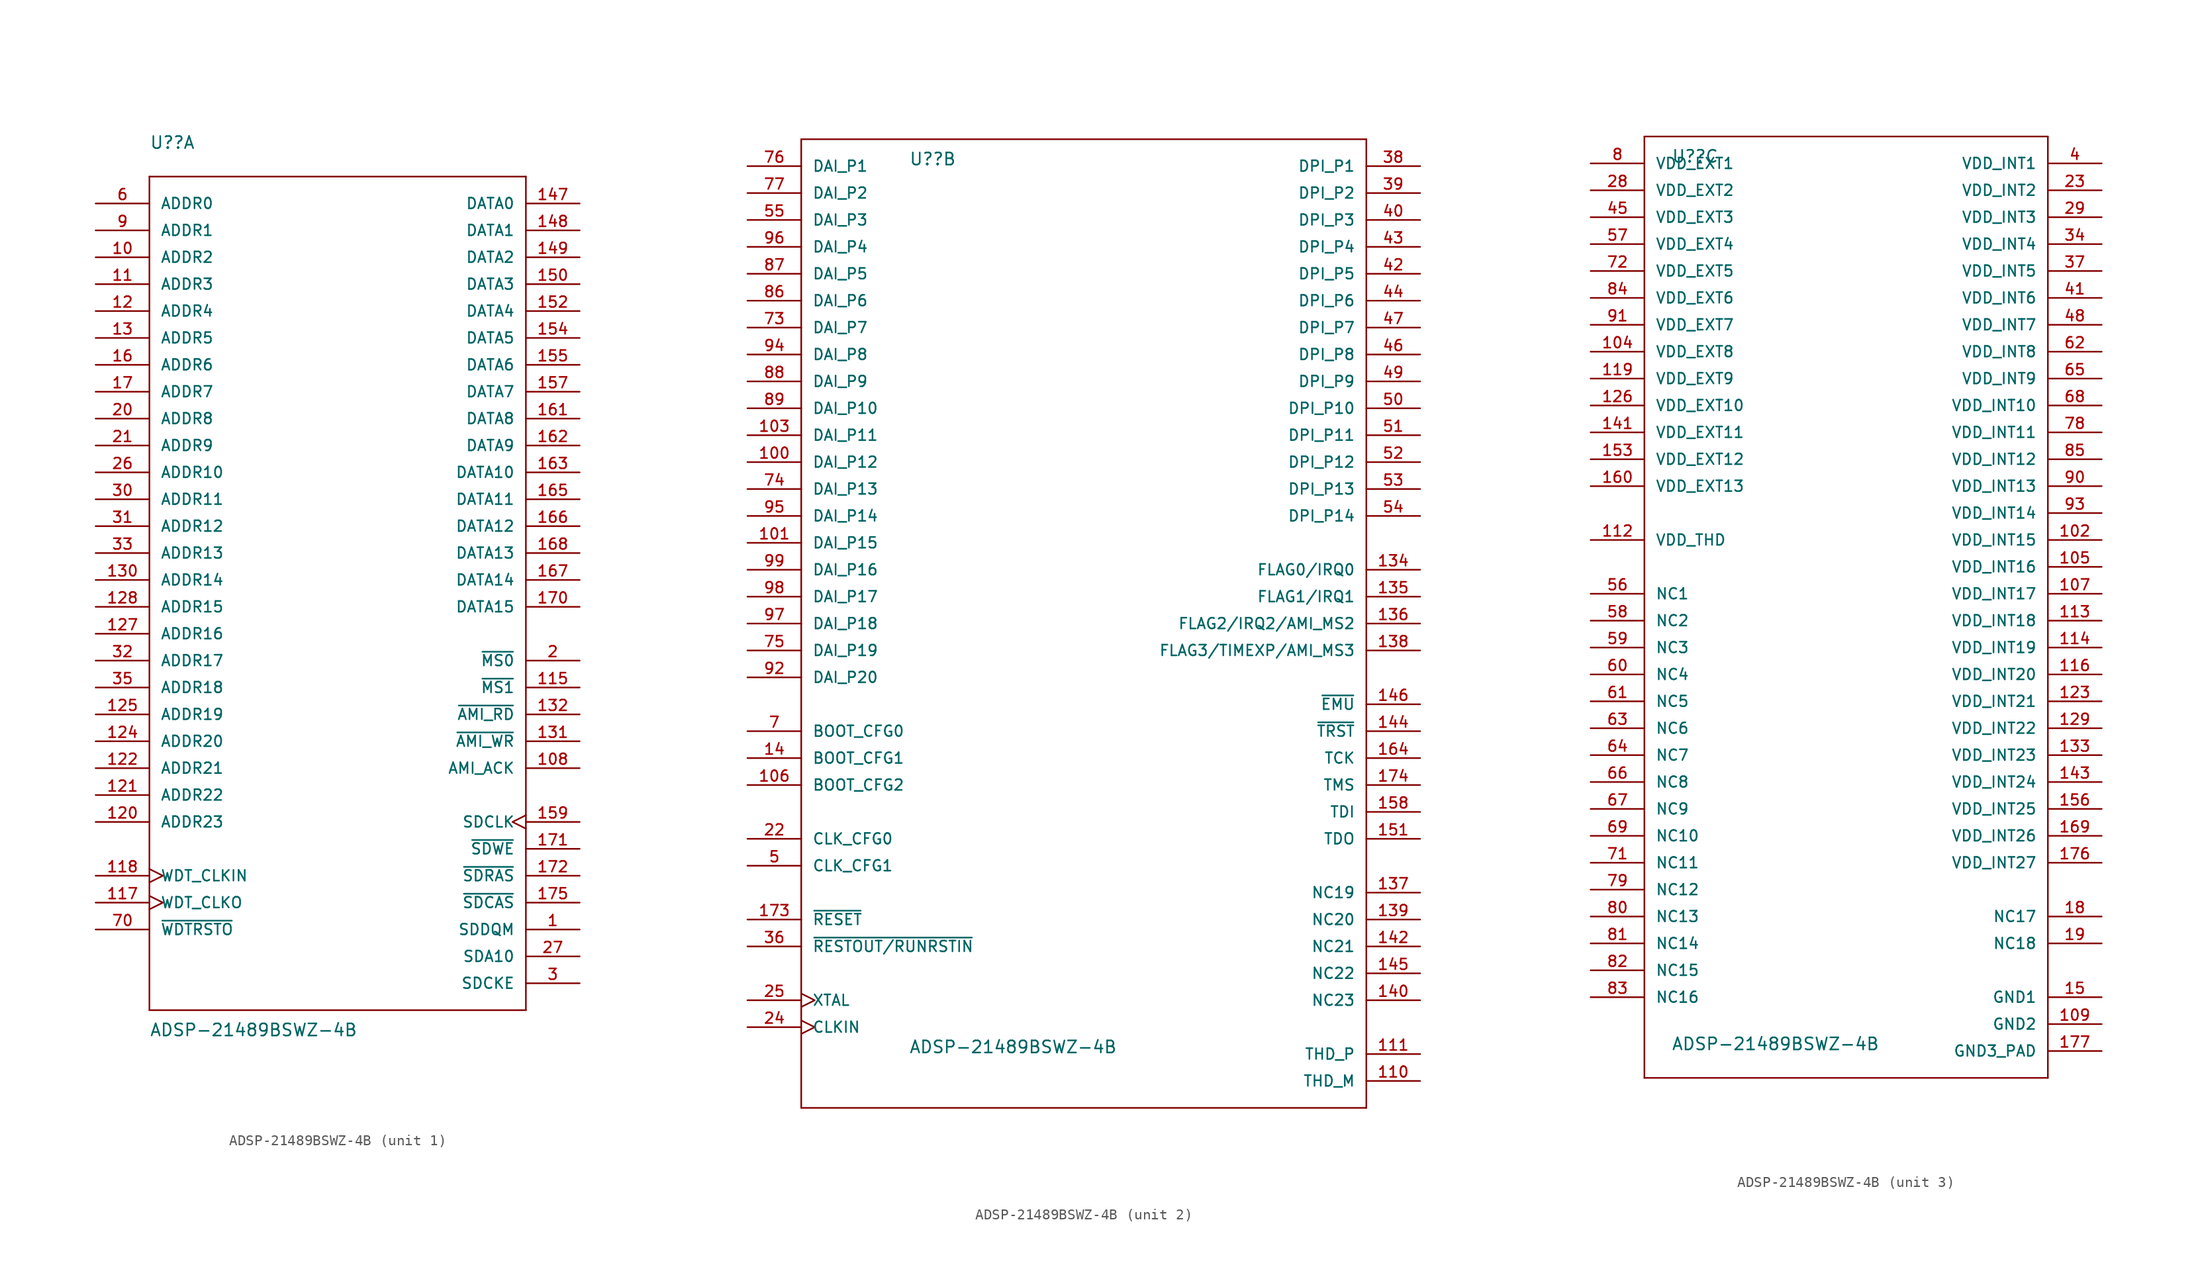
<source format=kicad_sym>
(kicad_symbol_lib
  (version 20211014)
  (generator kicad_symbol_editor)
  (symbol "ADSP-21489BSWZ-4B"
    (pin_names
      (offset 1.016))
    (property "Reference" "U?"
      (at -17.78 43.18 0)
      (effects (font (size 1.143 1.143)) (justify left bottom)))
    (property "Value" "ADSP-21489BSWZ-4B"
      (at -17.78 -40.64 0)
      (effects (font (size 1.143 1.143)) (justify left bottom)))
    (property "ki_locked" ""
      (at 0 0 0)
      (effects (font (size 1.27 1.27))))
    (symbol "ADSP-21489BSWZ-4B_1_0"
      (polyline (pts (xy -17.78 -38.1) (xy 17.78 -38.1)) (stroke (width 0) (type default) (color 0 0 0 0)) (fill (type none)))
      (polyline (pts (xy -17.78 40.64) (xy -17.78 -38.1)) (stroke (width 0) (type default) (color 0 0 0 0)) (fill (type none)))
      (polyline (pts (xy 17.78 -38.1) (xy 17.78 40.64)) (stroke (width 0) (type default) (color 0 0 0 0)) (fill (type none)))
      (polyline (pts (xy 17.78 40.64) (xy -17.78 40.64)) (stroke (width 0) (type default) (color 0 0 0 0)) (fill (type none))))
    (symbol "ADSP-21489BSWZ-4B_1_1"
      (pin bidirectional line (at 22.86 -30.48 180) (length 5.08) (name "SDDQM" (effects (font (size 1.016 1.016)))) (number "1" (effects (font (size 1.016 1.016)))))
      (pin bidirectional line (at -22.86 33.02 0) (length 5.08) (name "ADDR2" (effects (font (size 1.016 1.016)))) (number "10" (effects (font (size 1.016 1.016)))))
      (pin bidirectional line (at 22.86 -15.24 180) (length 5.08) (name "AMI_ACK" (effects (font (size 1.016 1.016)))) (number "108" (effects (font (size 1.016 1.016)))))
      (pin bidirectional line (at -22.86 30.48 0) (length 5.08) (name "ADDR3" (effects (font (size 1.016 1.016)))) (number "11" (effects (font (size 1.016 1.016)))))
      (pin bidirectional line (at 22.86 -7.62 180) (length 5.08) (name "~{MS1}" (effects (font (size 1.016 1.016)))) (number "115" (effects (font (size 1.016 1.016)))))
      (pin output clock (at -22.86 -27.94 0) (length 5.08) (name "WDT_CLKO" (effects (font (size 1.016 1.016)))) (number "117" (effects (font (size 1.016 1.016)))))
      (pin input clock (at -22.86 -25.4 0) (length 5.08) (name "WDT_CLKIN" (effects (font (size 1.016 1.016)))) (number "118" (effects (font (size 1.016 1.016)))))
      (pin bidirectional line (at -22.86 27.94 0) (length 5.08) (name "ADDR4" (effects (font (size 1.016 1.016)))) (number "12" (effects (font (size 1.016 1.016)))))
      (pin bidirectional line (at -22.86 -20.32 0) (length 5.08) (name "ADDR23" (effects (font (size 1.016 1.016)))) (number "120" (effects (font (size 1.016 1.016)))))
      (pin bidirectional line (at -22.86 -17.78 0) (length 5.08) (name "ADDR22" (effects (font (size 1.016 1.016)))) (number "121" (effects (font (size 1.016 1.016)))))
      (pin bidirectional line (at -22.86 -15.24 0) (length 5.08) (name "ADDR21" (effects (font (size 1.016 1.016)))) (number "122" (effects (font (size 1.016 1.016)))))
      (pin bidirectional line (at -22.86 -12.7 0) (length 5.08) (name "ADDR20" (effects (font (size 1.016 1.016)))) (number "124" (effects (font (size 1.016 1.016)))))
      (pin bidirectional line (at -22.86 -10.16 0) (length 5.08) (name "ADDR19" (effects (font (size 1.016 1.016)))) (number "125" (effects (font (size 1.016 1.016)))))
      (pin bidirectional line (at -22.86 -2.54 0) (length 5.08) (name "ADDR16" (effects (font (size 1.016 1.016)))) (number "127" (effects (font (size 1.016 1.016)))))
      (pin bidirectional line (at -22.86 0 0) (length 5.08) (name "ADDR15" (effects (font (size 1.016 1.016)))) (number "128" (effects (font (size 1.016 1.016)))))
      (pin bidirectional line (at -22.86 25.4 0) (length 5.08) (name "ADDR5" (effects (font (size 1.016 1.016)))) (number "13" (effects (font (size 1.016 1.016)))))
      (pin bidirectional line (at -22.86 2.54 0) (length 5.08) (name "ADDR14" (effects (font (size 1.016 1.016)))) (number "130" (effects (font (size 1.016 1.016)))))
      (pin bidirectional line (at 22.86 -12.7 180) (length 5.08) (name "~{AMI_WR}" (effects (font (size 1.016 1.016)))) (number "131" (effects (font (size 1.016 1.016)))))
      (pin bidirectional line (at 22.86 -10.16 180) (length 5.08) (name "~{AMI_RD}" (effects (font (size 1.016 1.016)))) (number "132" (effects (font (size 1.016 1.016)))))
      (pin bidirectional line (at 22.86 38.1 180) (length 5.08) (name "DATA0" (effects (font (size 1.016 1.016)))) (number "147" (effects (font (size 1.016 1.016)))))
      (pin bidirectional line (at 22.86 35.56 180) (length 5.08) (name "DATA1" (effects (font (size 1.016 1.016)))) (number "148" (effects (font (size 1.016 1.016)))))
      (pin bidirectional line (at 22.86 33.02 180) (length 5.08) (name "DATA2" (effects (font (size 1.016 1.016)))) (number "149" (effects (font (size 1.016 1.016)))))
      (pin bidirectional line (at 22.86 30.48 180) (length 5.08) (name "DATA3" (effects (font (size 1.016 1.016)))) (number "150" (effects (font (size 1.016 1.016)))))
      (pin bidirectional line (at 22.86 27.94 180) (length 5.08) (name "DATA4" (effects (font (size 1.016 1.016)))) (number "152" (effects (font (size 1.016 1.016)))))
      (pin bidirectional line (at 22.86 25.4 180) (length 5.08) (name "DATA5" (effects (font (size 1.016 1.016)))) (number "154" (effects (font (size 1.016 1.016)))))
      (pin bidirectional line (at 22.86 22.86 180) (length 5.08) (name "DATA6" (effects (font (size 1.016 1.016)))) (number "155" (effects (font (size 1.016 1.016)))))
      (pin bidirectional line (at 22.86 20.32 180) (length 5.08) (name "DATA7" (effects (font (size 1.016 1.016)))) (number "157" (effects (font (size 1.016 1.016)))))
      (pin bidirectional clock (at 22.86 -20.32 180) (length 5.08) (name "SDCLK" (effects (font (size 1.016 1.016)))) (number "159" (effects (font (size 1.016 1.016)))))
      (pin bidirectional line (at -22.86 22.86 0) (length 5.08) (name "ADDR6" (effects (font (size 1.016 1.016)))) (number "16" (effects (font (size 1.016 1.016)))))
      (pin bidirectional line (at 22.86 17.78 180) (length 5.08) (name "DATA8" (effects (font (size 1.016 1.016)))) (number "161" (effects (font (size 1.016 1.016)))))
      (pin bidirectional line (at 22.86 15.24 180) (length 5.08) (name "DATA9" (effects (font (size 1.016 1.016)))) (number "162" (effects (font (size 1.016 1.016)))))
      (pin bidirectional line (at 22.86 12.7 180) (length 5.08) (name "DATA10" (effects (font (size 1.016 1.016)))) (number "163" (effects (font (size 1.016 1.016)))))
      (pin bidirectional line (at 22.86 10.16 180) (length 5.08) (name "DATA11" (effects (font (size 1.016 1.016)))) (number "165" (effects (font (size 1.016 1.016)))))
      (pin bidirectional line (at 22.86 7.62 180) (length 5.08) (name "DATA12" (effects (font (size 1.016 1.016)))) (number "166" (effects (font (size 1.016 1.016)))))
      (pin bidirectional line (at 22.86 2.54 180) (length 5.08) (name "DATA14" (effects (font (size 1.016 1.016)))) (number "167" (effects (font (size 1.016 1.016)))))
      (pin bidirectional line (at 22.86 5.08 180) (length 5.08) (name "DATA13" (effects (font (size 1.016 1.016)))) (number "168" (effects (font (size 1.016 1.016)))))
      (pin bidirectional line (at -22.86 20.32 0) (length 5.08) (name "ADDR7" (effects (font (size 1.016 1.016)))) (number "17" (effects (font (size 1.016 1.016)))))
      (pin bidirectional line (at 22.86 0 180) (length 5.08) (name "DATA15" (effects (font (size 1.016 1.016)))) (number "170" (effects (font (size 1.016 1.016)))))
      (pin bidirectional line (at 22.86 -22.86 180) (length 5.08) (name "~{SDWE}" (effects (font (size 1.016 1.016)))) (number "171" (effects (font (size 1.016 1.016)))))
      (pin bidirectional line (at 22.86 -25.4 180) (length 5.08) (name "~{SDRAS}" (effects (font (size 1.016 1.016)))) (number "172" (effects (font (size 1.016 1.016)))))
      (pin bidirectional line (at 22.86 -27.94 180) (length 5.08) (name "~{SDCAS}" (effects (font (size 1.016 1.016)))) (number "175" (effects (font (size 1.016 1.016)))))
      (pin bidirectional line (at 22.86 -5.08 180) (length 5.08) (name "~{MS0}" (effects (font (size 1.016 1.016)))) (number "2" (effects (font (size 1.016 1.016)))))
      (pin bidirectional line (at -22.86 17.78 0) (length 5.08) (name "ADDR8" (effects (font (size 1.016 1.016)))) (number "20" (effects (font (size 1.016 1.016)))))
      (pin bidirectional line (at -22.86 15.24 0) (length 5.08) (name "ADDR9" (effects (font (size 1.016 1.016)))) (number "21" (effects (font (size 1.016 1.016)))))
      (pin bidirectional line (at -22.86 12.7 0) (length 5.08) (name "ADDR10" (effects (font (size 1.016 1.016)))) (number "26" (effects (font (size 1.016 1.016)))))
      (pin bidirectional line (at 22.86 -33.02 180) (length 5.08) (name "SDA10" (effects (font (size 1.016 1.016)))) (number "27" (effects (font (size 1.016 1.016)))))
      (pin bidirectional line (at 22.86 -35.56 180) (length 5.08) (name "SDCKE" (effects (font (size 1.016 1.016)))) (number "3" (effects (font (size 1.016 1.016)))))
      (pin bidirectional line (at -22.86 10.16 0) (length 5.08) (name "ADDR11" (effects (font (size 1.016 1.016)))) (number "30" (effects (font (size 1.016 1.016)))))
      (pin bidirectional line (at -22.86 7.62 0) (length 5.08) (name "ADDR12" (effects (font (size 1.016 1.016)))) (number "31" (effects (font (size 1.016 1.016)))))
      (pin bidirectional line (at -22.86 -5.08 0) (length 5.08) (name "ADDR17" (effects (font (size 1.016 1.016)))) (number "32" (effects (font (size 1.016 1.016)))))
      (pin bidirectional line (at -22.86 5.08 0) (length 5.08) (name "ADDR13" (effects (font (size 1.016 1.016)))) (number "33" (effects (font (size 1.016 1.016)))))
      (pin bidirectional line (at -22.86 -7.62 0) (length 5.08) (name "ADDR18" (effects (font (size 1.016 1.016)))) (number "35" (effects (font (size 1.016 1.016)))))
      (pin bidirectional line (at -22.86 38.1 0) (length 5.08) (name "ADDR0" (effects (font (size 1.016 1.016)))) (number "6" (effects (font (size 1.016 1.016)))))
      (pin output line (at -22.86 -30.48 0) (length 5.08) (name "~{WDTRSTO}" (effects (font (size 1.016 1.016)))) (number "70" (effects (font (size 1.016 1.016)))))
      (pin bidirectional line (at -22.86 35.56 0) (length 5.08) (name "ADDR1" (effects (font (size 1.016 1.016)))) (number "9" (effects (font (size 1.016 1.016))))))
    (symbol "ADSP-21489BSWZ-4B_2_0"
      (polyline (pts (xy -27.94 -45.72) (xy 25.4 -45.72)) (stroke (width 0) (type default) (color 0 0 0 0)) (fill (type none)))
      (polyline (pts (xy -27.94 45.72) (xy -27.94 -45.72)) (stroke (width 0) (type default) (color 0 0 0 0)) (fill (type none)))
      (polyline (pts (xy 25.4 -45.72) (xy 25.4 45.72)) (stroke (width 0) (type default) (color 0 0 0 0)) (fill (type none)))
      (polyline (pts (xy 25.4 45.72) (xy -27.94 45.72)) (stroke (width 0) (type default) (color 0 0 0 0)) (fill (type none))))
    (symbol "ADSP-21489BSWZ-4B_2_1"
      (pin bidirectional line (at -33.02 15.24 0) (length 5.08) (name "DAI_P12" (effects (font (size 1.016 1.016)))) (number "100" (effects (font (size 1.016 1.016)))))
      (pin bidirectional line (at -33.02 7.62 0) (length 5.08) (name "DAI_P15" (effects (font (size 1.016 1.016)))) (number "101" (effects (font (size 1.016 1.016)))))
      (pin bidirectional line (at -33.02 17.78 0) (length 5.08) (name "DAI_P11" (effects (font (size 1.016 1.016)))) (number "103" (effects (font (size 1.016 1.016)))))
      (pin input line (at -33.02 -15.24 0) (length 5.08) (name "BOOT_CFG2" (effects (font (size 1.016 1.016)))) (number "106" (effects (font (size 1.016 1.016)))))
      (pin bidirectional line (at 30.48 -43.18 180) (length 5.08) (name "THD_M" (effects (font (size 1.016 1.016)))) (number "110" (effects (font (size 1.016 1.016)))))
      (pin bidirectional line (at 30.48 -40.64 180) (length 5.08) (name "THD_P" (effects (font (size 1.016 1.016)))) (number "111" (effects (font (size 1.016 1.016)))))
      (pin bidirectional line (at 30.48 5.08 180) (length 5.08) (name "FLAG0/IRQ0" (effects (font (size 1.016 1.016)))) (number "134" (effects (font (size 1.016 1.016)))))
      (pin bidirectional line (at 30.48 2.54 180) (length 5.08) (name "FLAG1/IRQ1" (effects (font (size 1.016 1.016)))) (number "135" (effects (font (size 1.016 1.016)))))
      (pin bidirectional line (at 30.48 0 180) (length 5.08) (name "FLAG2/IRQ2/AMI_MS2" (effects (font (size 1.016 1.016)))) (number "136" (effects (font (size 1.016 1.016)))))
      (pin unspecified line (at 30.48 -25.4 180) (length 5.08) (name "NC19" (effects (font (size 1.016 1.016)))) (number "137" (effects (font (size 1.016 1.016)))))
      (pin bidirectional line (at 30.48 -2.54 180) (length 5.08) (name "FLAG3/TIMEXP/AMI_MS3" (effects (font (size 1.016 1.016)))) (number "138" (effects (font (size 1.016 1.016)))))
      (pin unspecified line (at 30.48 -27.94 180) (length 5.08) (name "NC20" (effects (font (size 1.016 1.016)))) (number "139" (effects (font (size 1.016 1.016)))))
      (pin input line (at -33.02 -12.7 0) (length 5.08) (name "BOOT_CFG1" (effects (font (size 1.016 1.016)))) (number "14" (effects (font (size 1.016 1.016)))))
      (pin unspecified line (at 30.48 -35.56 180) (length 5.08) (name "NC23" (effects (font (size 1.016 1.016)))) (number "140" (effects (font (size 1.016 1.016)))))
      (pin unspecified line (at 30.48 -30.48 180) (length 5.08) (name "NC21" (effects (font (size 1.016 1.016)))) (number "142" (effects (font (size 1.016 1.016)))))
      (pin bidirectional line (at 30.48 -10.16 180) (length 5.08) (name "~{TRST}" (effects (font (size 1.016 1.016)))) (number "144" (effects (font (size 1.016 1.016)))))
      (pin unspecified line (at 30.48 -33.02 180) (length 5.08) (name "NC22" (effects (font (size 1.016 1.016)))) (number "145" (effects (font (size 1.016 1.016)))))
      (pin bidirectional line (at 30.48 -7.62 180) (length 5.08) (name "~{EMU}" (effects (font (size 1.016 1.016)))) (number "146" (effects (font (size 1.016 1.016)))))
      (pin bidirectional line (at 30.48 -20.32 180) (length 5.08) (name "TDO" (effects (font (size 1.016 1.016)))) (number "151" (effects (font (size 1.016 1.016)))))
      (pin bidirectional line (at 30.48 -17.78 180) (length 5.08) (name "TDI" (effects (font (size 1.016 1.016)))) (number "158" (effects (font (size 1.016 1.016)))))
      (pin bidirectional line (at 30.48 -12.7 180) (length 5.08) (name "TCK" (effects (font (size 1.016 1.016)))) (number "164" (effects (font (size 1.016 1.016)))))
      (pin bidirectional line (at -33.02 -27.94 0) (length 5.08) (name "~{RESET}" (effects (font (size 1.016 1.016)))) (number "173" (effects (font (size 1.016 1.016)))))
      (pin bidirectional line (at 30.48 -15.24 180) (length 5.08) (name "TMS" (effects (font (size 1.016 1.016)))) (number "174" (effects (font (size 1.016 1.016)))))
      (pin input line (at -33.02 -20.32 0) (length 5.08) (name "CLK_CFG0" (effects (font (size 1.016 1.016)))) (number "22" (effects (font (size 1.016 1.016)))))
      (pin passive clock (at -33.02 -38.1 0) (length 5.08) (name "CLKIN" (effects (font (size 1.016 1.016)))) (number "24" (effects (font (size 1.016 1.016)))))
      (pin passive clock (at -33.02 -35.56 0) (length 5.08) (name "XTAL" (effects (font (size 1.016 1.016)))) (number "25" (effects (font (size 1.016 1.016)))))
      (pin bidirectional line (at -33.02 -30.48 0) (length 5.08) (name "~{RESTOUT/RUNRSTIN}" (effects (font (size 1.016 1.016)))) (number "36" (effects (font (size 1.016 1.016)))))
      (pin bidirectional line (at 30.48 43.18 180) (length 5.08) (name "DPI_P1" (effects (font (size 1.016 1.016)))) (number "38" (effects (font (size 1.016 1.016)))))
      (pin bidirectional line (at 30.48 40.64 180) (length 5.08) (name "DPI_P2" (effects (font (size 1.016 1.016)))) (number "39" (effects (font (size 1.016 1.016)))))
      (pin bidirectional line (at 30.48 38.1 180) (length 5.08) (name "DPI_P3" (effects (font (size 1.016 1.016)))) (number "40" (effects (font (size 1.016 1.016)))))
      (pin bidirectional line (at 30.48 33.02 180) (length 5.08) (name "DPI_P5" (effects (font (size 1.016 1.016)))) (number "42" (effects (font (size 1.016 1.016)))))
      (pin bidirectional line (at 30.48 35.56 180) (length 5.08) (name "DPI_P4" (effects (font (size 1.016 1.016)))) (number "43" (effects (font (size 1.016 1.016)))))
      (pin bidirectional line (at 30.48 30.48 180) (length 5.08) (name "DPI_P6" (effects (font (size 1.016 1.016)))) (number "44" (effects (font (size 1.016 1.016)))))
      (pin bidirectional line (at 30.48 25.4 180) (length 5.08) (name "DPI_P8" (effects (font (size 1.016 1.016)))) (number "46" (effects (font (size 1.016 1.016)))))
      (pin bidirectional line (at 30.48 27.94 180) (length 5.08) (name "DPI_P7" (effects (font (size 1.016 1.016)))) (number "47" (effects (font (size 1.016 1.016)))))
      (pin bidirectional line (at 30.48 22.86 180) (length 5.08) (name "DPI_P9" (effects (font (size 1.016 1.016)))) (number "49" (effects (font (size 1.016 1.016)))))
      (pin input line (at -33.02 -22.86 0) (length 5.08) (name "CLK_CFG1" (effects (font (size 1.016 1.016)))) (number "5" (effects (font (size 1.016 1.016)))))
      (pin bidirectional line (at 30.48 20.32 180) (length 5.08) (name "DPI_P10" (effects (font (size 1.016 1.016)))) (number "50" (effects (font (size 1.016 1.016)))))
      (pin bidirectional line (at 30.48 17.78 180) (length 5.08) (name "DPI_P11" (effects (font (size 1.016 1.016)))) (number "51" (effects (font (size 1.016 1.016)))))
      (pin bidirectional line (at 30.48 15.24 180) (length 5.08) (name "DPI_P12" (effects (font (size 1.016 1.016)))) (number "52" (effects (font (size 1.016 1.016)))))
      (pin bidirectional line (at 30.48 12.7 180) (length 5.08) (name "DPI_P13" (effects (font (size 1.016 1.016)))) (number "53" (effects (font (size 1.016 1.016)))))
      (pin bidirectional line (at 30.48 10.16 180) (length 5.08) (name "DPI_P14" (effects (font (size 1.016 1.016)))) (number "54" (effects (font (size 1.016 1.016)))))
      (pin bidirectional line (at -33.02 38.1 0) (length 5.08) (name "DAI_P3" (effects (font (size 1.016 1.016)))) (number "55" (effects (font (size 1.016 1.016)))))
      (pin input line (at -33.02 -10.16 0) (length 5.08) (name "BOOT_CFG0" (effects (font (size 1.016 1.016)))) (number "7" (effects (font (size 1.016 1.016)))))
      (pin bidirectional line (at -33.02 27.94 0) (length 5.08) (name "DAI_P7" (effects (font (size 1.016 1.016)))) (number "73" (effects (font (size 1.016 1.016)))))
      (pin bidirectional line (at -33.02 12.7 0) (length 5.08) (name "DAI_P13" (effects (font (size 1.016 1.016)))) (number "74" (effects (font (size 1.016 1.016)))))
      (pin bidirectional line (at -33.02 -2.54 0) (length 5.08) (name "DAI_P19" (effects (font (size 1.016 1.016)))) (number "75" (effects (font (size 1.016 1.016)))))
      (pin bidirectional line (at -33.02 43.18 0) (length 5.08) (name "DAI_P1" (effects (font (size 1.016 1.016)))) (number "76" (effects (font (size 1.016 1.016)))))
      (pin bidirectional line (at -33.02 40.64 0) (length 5.08) (name "DAI_P2" (effects (font (size 1.016 1.016)))) (number "77" (effects (font (size 1.016 1.016)))))
      (pin bidirectional line (at -33.02 30.48 0) (length 5.08) (name "DAI_P6" (effects (font (size 1.016 1.016)))) (number "86" (effects (font (size 1.016 1.016)))))
      (pin bidirectional line (at -33.02 33.02 0) (length 5.08) (name "DAI_P5" (effects (font (size 1.016 1.016)))) (number "87" (effects (font (size 1.016 1.016)))))
      (pin bidirectional line (at -33.02 22.86 0) (length 5.08) (name "DAI_P9" (effects (font (size 1.016 1.016)))) (number "88" (effects (font (size 1.016 1.016)))))
      (pin bidirectional line (at -33.02 20.32 0) (length 5.08) (name "DAI_P10" (effects (font (size 1.016 1.016)))) (number "89" (effects (font (size 1.016 1.016)))))
      (pin bidirectional line (at -33.02 -5.08 0) (length 5.08) (name "DAI_P20" (effects (font (size 1.016 1.016)))) (number "92" (effects (font (size 1.016 1.016)))))
      (pin bidirectional line (at -33.02 25.4 0) (length 5.08) (name "DAI_P8" (effects (font (size 1.016 1.016)))) (number "94" (effects (font (size 1.016 1.016)))))
      (pin bidirectional line (at -33.02 10.16 0) (length 5.08) (name "DAI_P14" (effects (font (size 1.016 1.016)))) (number "95" (effects (font (size 1.016 1.016)))))
      (pin bidirectional line (at -33.02 35.56 0) (length 5.08) (name "DAI_P4" (effects (font (size 1.016 1.016)))) (number "96" (effects (font (size 1.016 1.016)))))
      (pin bidirectional line (at -33.02 0 0) (length 5.08) (name "DAI_P18" (effects (font (size 1.016 1.016)))) (number "97" (effects (font (size 1.016 1.016)))))
      (pin bidirectional line (at -33.02 2.54 0) (length 5.08) (name "DAI_P17" (effects (font (size 1.016 1.016)))) (number "98" (effects (font (size 1.016 1.016)))))
      (pin bidirectional line (at -33.02 5.08 0) (length 5.08) (name "DAI_P16" (effects (font (size 1.016 1.016)))) (number "99" (effects (font (size 1.016 1.016))))))
    (symbol "ADSP-21489BSWZ-4B_3_0"
      (polyline (pts (xy -20.32 -43.18) (xy 17.78 -43.18)) (stroke (width 0) (type default) (color 0 0 0 0)) (fill (type none)))
      (polyline (pts (xy -20.32 45.72) (xy -20.32 -43.18)) (stroke (width 0) (type default) (color 0 0 0 0)) (fill (type none)))
      (polyline (pts (xy 17.78 -43.18) (xy 17.78 45.72)) (stroke (width 0) (type default) (color 0 0 0 0)) (fill (type none)))
      (polyline (pts (xy 17.78 45.72) (xy -20.32 45.72)) (stroke (width 0) (type default) (color 0 0 0 0)) (fill (type none))))
    (symbol "ADSP-21489BSWZ-4B_3_1"
      (pin power_in line (at 22.86 7.62 180) (length 5.08) (name "VDD_INT15" (effects (font (size 1.016 1.016)))) (number "102" (effects (font (size 1.016 1.016)))))
      (pin power_in line (at -25.4 25.4 0) (length 5.08) (name "VDD_EXT8" (effects (font (size 1.016 1.016)))) (number "104" (effects (font (size 1.016 1.016)))))
      (pin power_in line (at 22.86 5.08 180) (length 5.08) (name "VDD_INT16" (effects (font (size 1.016 1.016)))) (number "105" (effects (font (size 1.016 1.016)))))
      (pin power_in line (at 22.86 2.54 180) (length 5.08) (name "VDD_INT17" (effects (font (size 1.016 1.016)))) (number "107" (effects (font (size 1.016 1.016)))))
      (pin power_in line (at 22.86 -38.1 180) (length 5.08) (name "GND2" (effects (font (size 1.016 1.016)))) (number "109" (effects (font (size 1.016 1.016)))))
      (pin power_in line (at -25.4 7.62 0) (length 5.08) (name "VDD_THD" (effects (font (size 1.016 1.016)))) (number "112" (effects (font (size 1.016 1.016)))))
      (pin power_in line (at 22.86 0 180) (length 5.08) (name "VDD_INT18" (effects (font (size 1.016 1.016)))) (number "113" (effects (font (size 1.016 1.016)))))
      (pin power_in line (at 22.86 -2.54 180) (length 5.08) (name "VDD_INT19" (effects (font (size 1.016 1.016)))) (number "114" (effects (font (size 1.016 1.016)))))
      (pin power_in line (at 22.86 -5.08 180) (length 5.08) (name "VDD_INT20" (effects (font (size 1.016 1.016)))) (number "116" (effects (font (size 1.016 1.016)))))
      (pin power_in line (at -25.4 22.86 0) (length 5.08) (name "VDD_EXT9" (effects (font (size 1.016 1.016)))) (number "119" (effects (font (size 1.016 1.016)))))
      (pin power_in line (at 22.86 -7.62 180) (length 5.08) (name "VDD_INT21" (effects (font (size 1.016 1.016)))) (number "123" (effects (font (size 1.016 1.016)))))
      (pin power_in line (at -25.4 20.32 0) (length 5.08) (name "VDD_EXT10" (effects (font (size 1.016 1.016)))) (number "126" (effects (font (size 1.016 1.016)))))
      (pin power_in line (at 22.86 -10.16 180) (length 5.08) (name "VDD_INT22" (effects (font (size 1.016 1.016)))) (number "129" (effects (font (size 1.016 1.016)))))
      (pin power_in line (at 22.86 -12.7 180) (length 5.08) (name "VDD_INT23" (effects (font (size 1.016 1.016)))) (number "133" (effects (font (size 1.016 1.016)))))
      (pin power_in line (at -25.4 17.78 0) (length 5.08) (name "VDD_EXT11" (effects (font (size 1.016 1.016)))) (number "141" (effects (font (size 1.016 1.016)))))
      (pin power_in line (at 22.86 -15.24 180) (length 5.08) (name "VDD_INT24" (effects (font (size 1.016 1.016)))) (number "143" (effects (font (size 1.016 1.016)))))
      (pin power_in line (at 22.86 -35.56 180) (length 5.08) (name "GND1" (effects (font (size 1.016 1.016)))) (number "15" (effects (font (size 1.016 1.016)))))
      (pin power_in line (at -25.4 15.24 0) (length 5.08) (name "VDD_EXT12" (effects (font (size 1.016 1.016)))) (number "153" (effects (font (size 1.016 1.016)))))
      (pin power_in line (at 22.86 -17.78 180) (length 5.08) (name "VDD_INT25" (effects (font (size 1.016 1.016)))) (number "156" (effects (font (size 1.016 1.016)))))
      (pin power_in line (at -25.4 12.7 0) (length 5.08) (name "VDD_EXT13" (effects (font (size 1.016 1.016)))) (number "160" (effects (font (size 1.016 1.016)))))
      (pin power_in line (at 22.86 -20.32 180) (length 5.08) (name "VDD_INT26" (effects (font (size 1.016 1.016)))) (number "169" (effects (font (size 1.016 1.016)))))
      (pin power_in line (at 22.86 -22.86 180) (length 5.08) (name "VDD_INT27" (effects (font (size 1.016 1.016)))) (number "176" (effects (font (size 1.016 1.016)))))
      (pin power_out line (at 22.86 -40.64 180) (length 5.08) (name "GND3_PAD" (effects (font (size 1.016 1.016)))) (number "177" (effects (font (size 1.016 1.016)))))
      (pin unspecified line (at 22.86 -27.94 180) (length 5.08) (name "NC17" (effects (font (size 1.016 1.016)))) (number "18" (effects (font (size 1.016 1.016)))))
      (pin unspecified line (at 22.86 -30.48 180) (length 5.08) (name "NC18" (effects (font (size 1.016 1.016)))) (number "19" (effects (font (size 1.016 1.016)))))
      (pin power_in line (at 22.86 40.64 180) (length 5.08) (name "VDD_INT2" (effects (font (size 1.016 1.016)))) (number "23" (effects (font (size 1.016 1.016)))))
      (pin power_in line (at -25.4 40.64 0) (length 5.08) (name "VDD_EXT2" (effects (font (size 1.016 1.016)))) (number "28" (effects (font (size 1.016 1.016)))))
      (pin power_in line (at 22.86 38.1 180) (length 5.08) (name "VDD_INT3" (effects (font (size 1.016 1.016)))) (number "29" (effects (font (size 1.016 1.016)))))
      (pin power_in line (at 22.86 35.56 180) (length 5.08) (name "VDD_INT4" (effects (font (size 1.016 1.016)))) (number "34" (effects (font (size 1.016 1.016)))))
      (pin power_in line (at 22.86 33.02 180) (length 5.08) (name "VDD_INT5" (effects (font (size 1.016 1.016)))) (number "37" (effects (font (size 1.016 1.016)))))
      (pin power_in line (at 22.86 43.18 180) (length 5.08) (name "VDD_INT1" (effects (font (size 1.016 1.016)))) (number "4" (effects (font (size 1.016 1.016)))))
      (pin power_in line (at 22.86 30.48 180) (length 5.08) (name "VDD_INT6" (effects (font (size 1.016 1.016)))) (number "41" (effects (font (size 1.016 1.016)))))
      (pin power_in line (at -25.4 38.1 0) (length 5.08) (name "VDD_EXT3" (effects (font (size 1.016 1.016)))) (number "45" (effects (font (size 1.016 1.016)))))
      (pin power_in line (at 22.86 27.94 180) (length 5.08) (name "VDD_INT7" (effects (font (size 1.016 1.016)))) (number "48" (effects (font (size 1.016 1.016)))))
      (pin unspecified line (at -25.4 2.54 0) (length 5.08) (name "NC1" (effects (font (size 1.016 1.016)))) (number "56" (effects (font (size 1.016 1.016)))))
      (pin power_in line (at -25.4 35.56 0) (length 5.08) (name "VDD_EXT4" (effects (font (size 1.016 1.016)))) (number "57" (effects (font (size 1.016 1.016)))))
      (pin unspecified line (at -25.4 0 0) (length 5.08) (name "NC2" (effects (font (size 1.016 1.016)))) (number "58" (effects (font (size 1.016 1.016)))))
      (pin unspecified line (at -25.4 -2.54 0) (length 5.08) (name "NC3" (effects (font (size 1.016 1.016)))) (number "59" (effects (font (size 1.016 1.016)))))
      (pin unspecified line (at -25.4 -5.08 0) (length 5.08) (name "NC4" (effects (font (size 1.016 1.016)))) (number "60" (effects (font (size 1.016 1.016)))))
      (pin unspecified line (at -25.4 -7.62 0) (length 5.08) (name "NC5" (effects (font (size 1.016 1.016)))) (number "61" (effects (font (size 1.016 1.016)))))
      (pin power_in line (at 22.86 25.4 180) (length 5.08) (name "VDD_INT8" (effects (font (size 1.016 1.016)))) (number "62" (effects (font (size 1.016 1.016)))))
      (pin unspecified line (at -25.4 -10.16 0) (length 5.08) (name "NC6" (effects (font (size 1.016 1.016)))) (number "63" (effects (font (size 1.016 1.016)))))
      (pin unspecified line (at -25.4 -12.7 0) (length 5.08) (name "NC7" (effects (font (size 1.016 1.016)))) (number "64" (effects (font (size 1.016 1.016)))))
      (pin power_in line (at 22.86 22.86 180) (length 5.08) (name "VDD_INT9" (effects (font (size 1.016 1.016)))) (number "65" (effects (font (size 1.016 1.016)))))
      (pin unspecified line (at -25.4 -15.24 0) (length 5.08) (name "NC8" (effects (font (size 1.016 1.016)))) (number "66" (effects (font (size 1.016 1.016)))))
      (pin unspecified line (at -25.4 -17.78 0) (length 5.08) (name "NC9" (effects (font (size 1.016 1.016)))) (number "67" (effects (font (size 1.016 1.016)))))
      (pin power_in line (at 22.86 20.32 180) (length 5.08) (name "VDD_INT10" (effects (font (size 1.016 1.016)))) (number "68" (effects (font (size 1.016 1.016)))))
      (pin unspecified line (at -25.4 -20.32 0) (length 5.08) (name "NC10" (effects (font (size 1.016 1.016)))) (number "69" (effects (font (size 1.016 1.016)))))
      (pin unspecified line (at -25.4 -22.86 0) (length 5.08) (name "NC11" (effects (font (size 1.016 1.016)))) (number "71" (effects (font (size 1.016 1.016)))))
      (pin power_in line (at -25.4 33.02 0) (length 5.08) (name "VDD_EXT5" (effects (font (size 1.016 1.016)))) (number "72" (effects (font (size 1.016 1.016)))))
      (pin power_in line (at 22.86 17.78 180) (length 5.08) (name "VDD_INT11" (effects (font (size 1.016 1.016)))) (number "78" (effects (font (size 1.016 1.016)))))
      (pin unspecified line (at -25.4 -25.4 0) (length 5.08) (name "NC12" (effects (font (size 1.016 1.016)))) (number "79" (effects (font (size 1.016 1.016)))))
      (pin power_in line (at -25.4 43.18 0) (length 5.08) (name "VDD_EXT1" (effects (font (size 1.016 1.016)))) (number "8" (effects (font (size 1.016 1.016)))))
      (pin unspecified line (at -25.4 -27.94 0) (length 5.08) (name "NC13" (effects (font (size 1.016 1.016)))) (number "80" (effects (font (size 1.016 1.016)))))
      (pin unspecified line (at -25.4 -30.48 0) (length 5.08) (name "NC14" (effects (font (size 1.016 1.016)))) (number "81" (effects (font (size 1.016 1.016)))))
      (pin unspecified line (at -25.4 -33.02 0) (length 5.08) (name "NC15" (effects (font (size 1.016 1.016)))) (number "82" (effects (font (size 1.016 1.016)))))
      (pin unspecified line (at -25.4 -35.56 0) (length 5.08) (name "NC16" (effects (font (size 1.016 1.016)))) (number "83" (effects (font (size 1.016 1.016)))))
      (pin power_in line (at -25.4 30.48 0) (length 5.08) (name "VDD_EXT6" (effects (font (size 1.016 1.016)))) (number "84" (effects (font (size 1.016 1.016)))))
      (pin power_in line (at 22.86 15.24 180) (length 5.08) (name "VDD_INT12" (effects (font (size 1.016 1.016)))) (number "85" (effects (font (size 1.016 1.016)))))
      (pin power_in line (at 22.86 12.7 180) (length 5.08) (name "VDD_INT13" (effects (font (size 1.016 1.016)))) (number "90" (effects (font (size 1.016 1.016)))))
      (pin power_in line (at -25.4 27.94 0) (length 5.08) (name "VDD_EXT7" (effects (font (size 1.016 1.016)))) (number "91" (effects (font (size 1.016 1.016)))))
      (pin power_in line (at 22.86 10.16 180) (length 5.08) (name "VDD_INT14" (effects (font (size 1.016 1.016)))) (number "93" (effects (font (size 1.016 1.016))))))))
</source>
